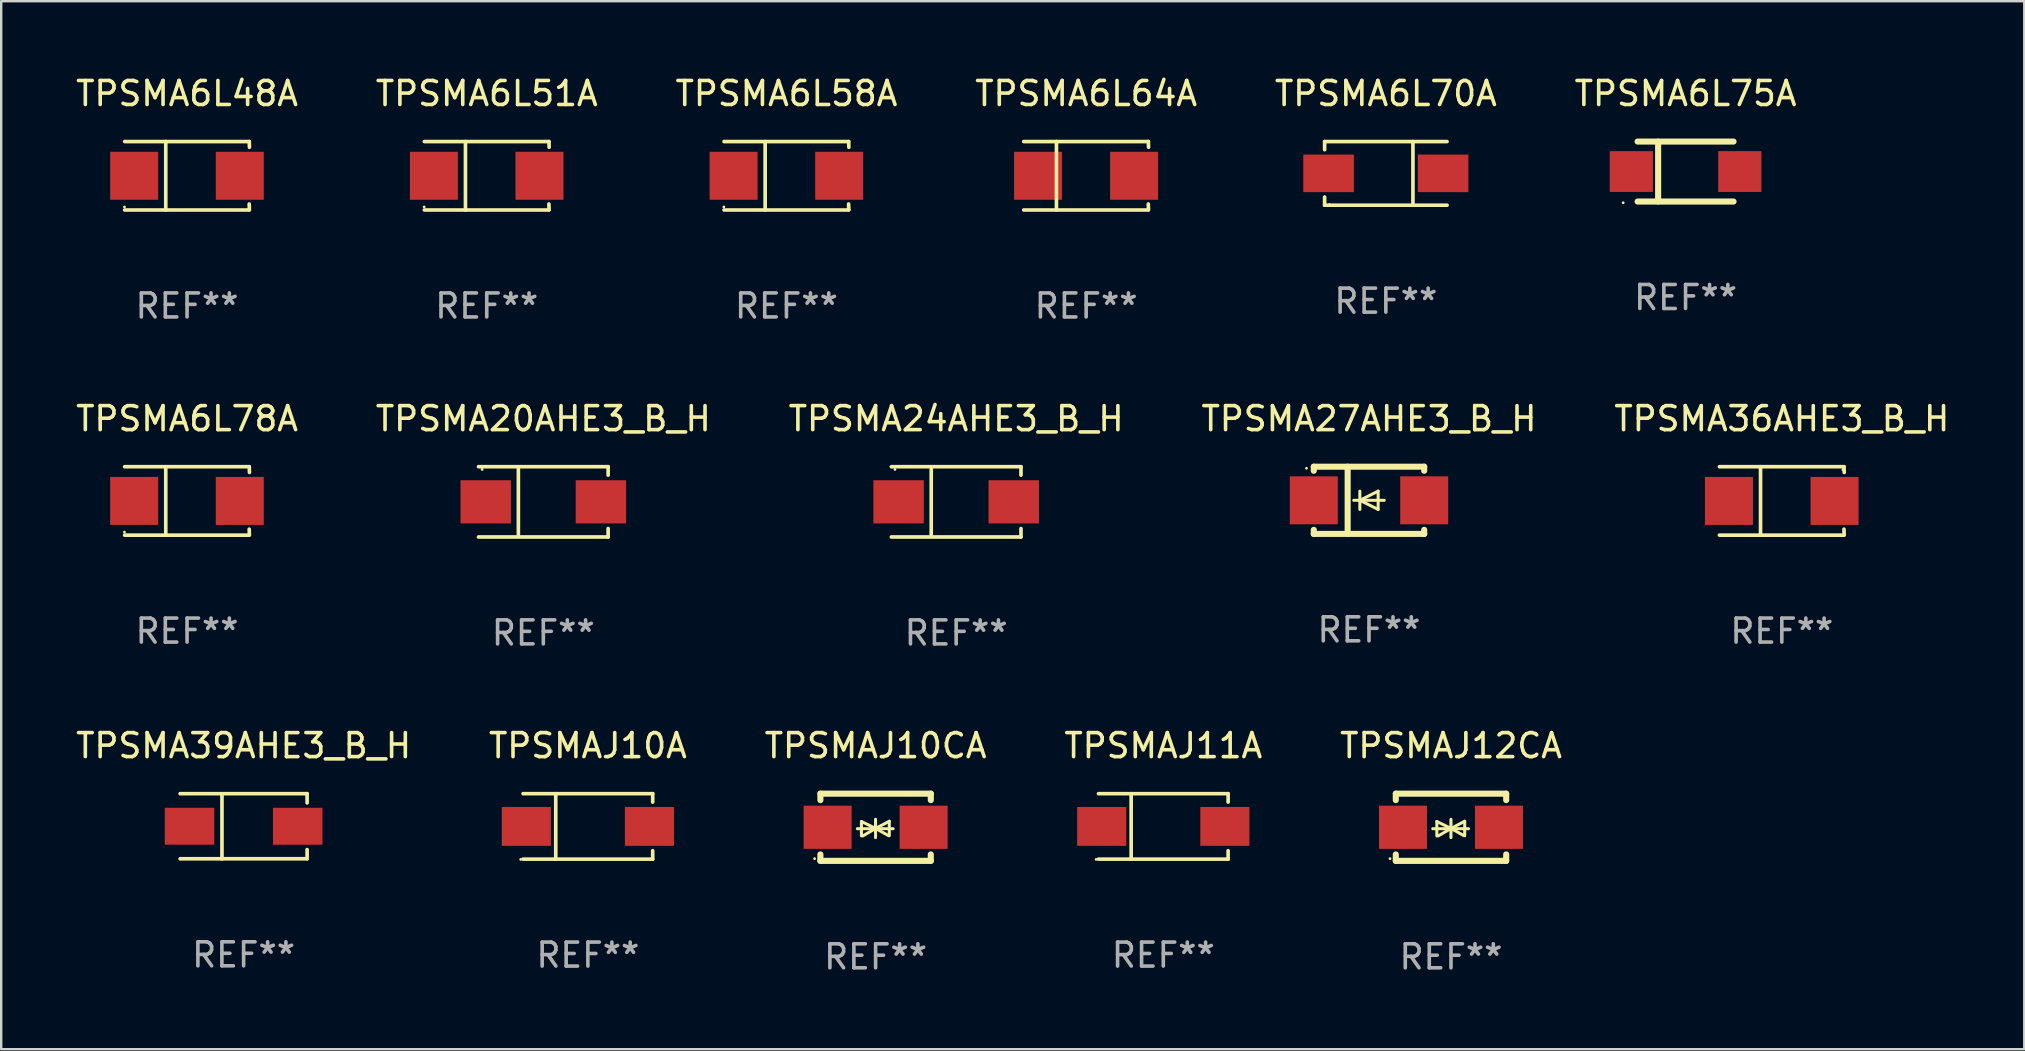
<source format=kicad_pcb>
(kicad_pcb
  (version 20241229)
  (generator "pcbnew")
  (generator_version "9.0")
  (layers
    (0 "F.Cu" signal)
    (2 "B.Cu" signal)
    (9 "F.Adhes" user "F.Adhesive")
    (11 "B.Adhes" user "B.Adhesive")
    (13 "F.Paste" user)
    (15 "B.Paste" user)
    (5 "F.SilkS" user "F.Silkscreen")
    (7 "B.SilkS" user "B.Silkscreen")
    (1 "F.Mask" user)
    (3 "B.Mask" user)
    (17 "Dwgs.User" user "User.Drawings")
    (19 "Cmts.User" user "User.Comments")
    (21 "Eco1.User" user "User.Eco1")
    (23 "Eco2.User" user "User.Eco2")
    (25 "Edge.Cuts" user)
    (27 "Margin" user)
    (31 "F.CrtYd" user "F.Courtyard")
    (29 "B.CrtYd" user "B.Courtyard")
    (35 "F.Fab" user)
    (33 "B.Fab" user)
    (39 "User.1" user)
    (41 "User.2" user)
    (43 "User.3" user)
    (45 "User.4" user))
  (footprint "TPSMA24AHE3_B_H"
    (layer "F.Cu")
    (at 36.792 17.861)
    (property "Reference" "TPSMA24AHE3_B_H" (at 0 -3.464 0) (layer "F.SilkS") (effects (font (size 1 1) (thickness 0.15))))
    (attr through_hole)
    (fp_line (start -2.701 -1.464) (end 2.701 -1.464) (stroke (width 0.152) (type solid)) (layer "F.SilkS"))
    (fp_line (start -2.701 1.464) (end 2.701 1.464) (stroke (width 0.152) (type solid)) (layer "F.SilkS"))
    (fp_line (start -1.039 -1.364) (end -1.039 1.364) (stroke (width 0.152) (type solid)) (layer "F.SilkS"))
    (fp_line (start 2.701 -1.464) (end 2.701 -1.113) (stroke (width 0.152) (type solid)) (layer "F.SilkS"))
    (fp_line (start 2.701 1.464) (end 2.701 1.113) (stroke (width 0.152) (type solid)) (layer "F.SilkS"))
    (fp_circle (center -2.55 -1.35) (end -2.52 -1.35) (stroke (width 0.06) (type solid)) (fill no) (layer "F.SilkS"))
    (fp_text user "REF**" (at 0 5.464 0) (layer "F.Fab") (effects (font (size 1 1) (thickness 0.15))))
    (pad "1" smd rect (at -2.4 0) (size 2.1 1.8) (layers "F.Cu" "F.Mask" "F.Paste"))
    (pad "2" smd rect (at 2.4 0) (size 2.1 1.8) (layers "F.Cu" "F.Mask" "F.Paste")))
  (footprint "TPSMAJ12CA"
    (layer "F.Cu")
    (at 57.411 31.421)
    (property "Reference" "TPSMAJ12CA" (at 0 -3.4 0) (layer "F.SilkS") (effects (font (size 1 1) (thickness 0.15))))
    (attr through_hole)
    (fp_line (start -2.3 -1.4) (end -2.3 -1.131) (stroke (width 0.254) (type solid)) (layer "F.SilkS"))
    (fp_line (start -2.3 -1.4) (end 2.3 -1.4) (stroke (width 0.254) (type solid)) (layer "F.SilkS"))
    (fp_line (start -2.3 1.131) (end -2.3 1.4) (stroke (width 0.254) (type solid)) (layer "F.SilkS"))
    (fp_line (start -2.3 1.4) (end 2.3 1.4) (stroke (width 0.254) (type solid)) (layer "F.SilkS"))
    (fp_line (start -0.76 0.06) (end 0.73 0.06) (stroke (width 0.127) (type solid)) (layer "F.SilkS"))
    (fp_line (start -0.59 -0.24) (end -0.59 0.36) (stroke (width 0.127) (type solid)) (layer "F.SilkS"))
    (fp_line (start -0.59 -0.24) (end -0.002 0.049) (stroke (width 0.127) (type solid)) (layer "F.SilkS"))
    (fp_line (start -0.53 0.36) (end -0.002 0.049) (stroke (width 0.127) (type solid)) (layer "F.SilkS"))
    (fp_line (start -0.002 0.049) (end -0.002 -0.332) (stroke (width 0.127) (type solid)) (layer "F.SilkS"))
    (fp_line (start -0.002 0.049) (end -0.002 0.43) (stroke (width 0.127) (type solid)) (layer "F.SilkS"))
    (fp_line (start 0.54 0.35) (end -0.002 0.049) (stroke (width 0.127) (type solid)) (layer "F.SilkS"))
    (fp_line (start 0.57 -0.25) (end -0.002 0.049) (stroke (width 0.127) (type solid)) (layer "F.SilkS"))
    (fp_line (start 0.57 -0.25) (end 0.57 0.35) (stroke (width 0.127) (type solid)) (layer "F.SilkS"))
    (fp_line (start 2.3 -1.4) (end 2.3 -1.131) (stroke (width 0.254) (type solid)) (layer "F.SilkS"))
    (fp_line (start 2.3 1.131) (end 2.3 1.4) (stroke (width 0.254) (type solid)) (layer "F.SilkS"))
    (fp_circle (center -2.542 1.308) (end -2.512 1.308) (stroke (width 0.06) (type solid)) (fill no) (layer "F.SilkS"))
    (fp_text user "REF**" (at 0 5.4 0) (layer "F.Fab") (effects (font (size 1 1) (thickness 0.15))))
    (pad "1" smd rect (at -2 0) (size 2 1.8) (layers "F.Cu" "F.Mask" "F.Paste"))
    (pad "2" smd rect (at 2 0) (size 2 1.8) (layers "F.Cu" "F.Mask" "F.Paste")))
  (footprint "TPSMA6L58A"
    (layer "F.Cu")
    (at 29.72 4.274)
    (property "Reference" "TPSMA6L58A" (at 0 -3.426 0) (layer "F.SilkS") (effects (font (size 1 1) (thickness 0.15))))
    (attr through_hole)
    (fp_line (start -2.6 -1.426) (end 2.593 -1.426) (stroke (width 0.152) (type solid)) (layer "F.SilkS"))
    (fp_line (start -2.6 1.426) (end 2.593 1.426) (stroke (width 0.152) (type solid)) (layer "F.SilkS"))
    (fp_line (start -0.887 -1.426) (end -0.887 1.426) (stroke (width 0.152) (type solid)) (layer "F.SilkS"))
    (fp_line (start 2.59 1.176) (end 2.597 1.415) (stroke (width 0.152) (type solid)) (layer "F.SilkS"))
    (fp_line (start 2.593 -1.426) (end 2.6 -1.187) (stroke (width 0.152) (type solid)) (layer "F.SilkS"))
    (fp_circle (center -2.608 1.3) (end -2.578 1.3) (stroke (width 0.06) (type solid)) (fill no) (layer "F.SilkS"))
    (fp_text user "REF**" (at 0 5.426 0) (layer "F.Fab") (effects (font (size 1 1) (thickness 0.15))))
    (pad "1" smd rect (at -2.203 0 180) (size 2 2) (layers "F.Cu" "F.Mask" "F.Paste"))
    (pad "2" smd rect (at 2.197 0 180) (size 2 2) (layers "F.Cu" "F.Mask" "F.Paste")))
  (footprint "TPSMA39AHE3_B_H"
    (layer "F.Cu")
    (at 7.101 31.38)
    (property "Reference" "TPSMA39AHE3_B_H" (at 0 -3.359 0) (layer "F.SilkS") (effects (font (size 1 1) (thickness 0.15))))
    (attr through_hole)
    (fp_line (start -2.646 -1.359) (end 2.646 -1.359) (stroke (width 0.152) (type solid)) (layer "F.SilkS"))
    (fp_line (start -2.646 1.354) (end 2.646 1.354) (stroke (width 0.152) (type solid)) (layer "F.SilkS"))
    (fp_line (start -0.902 -1.354) (end -0.902 1.359) (stroke (width 0.152) (type solid)) (layer "F.SilkS"))
    (fp_line (start 2.646 -1.359) (end 2.646 -0.975) (stroke (width 0.152) (type solid)) (layer "F.SilkS"))
    (fp_line (start 2.646 1.354) (end 2.646 0.97) (stroke (width 0.152) (type solid)) (layer "F.SilkS"))
    (fp_circle (center 2.55 -1.352) (end 2.58 -1.352) (stroke (width 0.06) (type solid)) (fill no) (layer "F.SilkS"))
    (fp_text user "REF**" (at 0 5.359 0) (layer "F.Fab") (effects (font (size 1 1) (thickness 0.15))))
    (pad "1" smd rect (at 2.254 -0.002) (size 2.063 1.539) (layers "F.Cu" "F.Mask" "F.Paste"))
    (pad "2" smd rect (at -2.254 -0.002) (size 2.063 1.539) (layers "F.Cu" "F.Mask" "F.Paste")))
  (footprint "TPSMA6L75A"
    (layer "F.Cu")
    (at 67.185 4.098)
    (property "Reference" "TPSMA6L75A" (at 0 -3.25 0) (layer "F.SilkS") (effects (font (size 1 1) (thickness 0.15))))
    (attr through_hole)
    (fp_line (start -1.999 -1.25) (end 1.999 -1.25) (stroke (width 0.254) (type solid)) (layer "F.SilkS"))
    (fp_line (start -1.143 -1.245) (end -1.143 1.245) (stroke (width 0.254) (type solid)) (layer "F.SilkS"))
    (fp_line (start 1.999 1.25) (end -1.999 1.25) (stroke (width 0.254) (type solid)) (layer "F.SilkS"))
    (fp_circle (center -2.6 1.3) (end -2.57 1.3) (stroke (width 0.06) (type solid)) (fill no) (layer "F.SilkS"))
    (fp_text user "REF**" (at 0 5.25 0) (layer "F.Fab") (effects (font (size 1 1) (thickness 0.15))))
    (pad "1" smd rect (at -2.26 0) (size 1.8 1.7) (layers "F.Cu" "F.Mask" "F.Paste"))
    (pad "2" smd rect (at 2.26 0) (size 1.8 1.7) (layers "F.Cu" "F.Mask" "F.Paste")))
  (footprint "TPSMA6L78A"
    (layer "F.Cu")
    (at 4.744 17.823)
    (property "Reference" "TPSMA6L78A" (at 0 -3.426 0) (layer "F.SilkS") (effects (font (size 1 1) (thickness 0.15))))
    (attr through_hole)
    (fp_line (start -2.6 -1.426) (end 2.593 -1.426) (stroke (width 0.152) (type solid)) (layer "F.SilkS"))
    (fp_line (start -2.6 1.426) (end 2.593 1.426) (stroke (width 0.152) (type solid)) (layer "F.SilkS"))
    (fp_line (start -0.887 -1.426) (end -0.887 1.426) (stroke (width 0.152) (type solid)) (layer "F.SilkS"))
    (fp_line (start 2.59 1.176) (end 2.597 1.415) (stroke (width 0.152) (type solid)) (layer "F.SilkS"))
    (fp_line (start 2.593 -1.426) (end 2.6 -1.187) (stroke (width 0.152) (type solid)) (layer "F.SilkS"))
    (fp_circle (center -2.608 1.3) (end -2.578 1.3) (stroke (width 0.06) (type solid)) (fill no) (layer "F.SilkS"))
    (fp_text user "REF**" (at 0 5.426 0) (layer "F.Fab") (effects (font (size 1 1) (thickness 0.15))))
    (pad "1" smd rect (at -2.203 0 180) (size 2 2) (layers "F.Cu" "F.Mask" "F.Paste"))
    (pad "2" smd rect (at 2.197 0 180) (size 2 2) (layers "F.Cu" "F.Mask" "F.Paste")))
  (footprint "TPSMA6L51A"
    (layer "F.Cu")
    (at 17.232 4.274)
    (property "Reference" "TPSMA6L51A" (at 0 -3.426 0) (layer "F.SilkS") (effects (font (size 1 1) (thickness 0.15))))
    (attr through_hole)
    (fp_line (start -2.6 -1.426) (end 2.593 -1.426) (stroke (width 0.152) (type solid)) (layer "F.SilkS"))
    (fp_line (start -2.6 1.426) (end 2.593 1.426) (stroke (width 0.152) (type solid)) (layer "F.SilkS"))
    (fp_line (start -0.887 -1.426) (end -0.887 1.426) (stroke (width 0.152) (type solid)) (layer "F.SilkS"))
    (fp_line (start 2.59 1.176) (end 2.597 1.415) (stroke (width 0.152) (type solid)) (layer "F.SilkS"))
    (fp_line (start 2.593 -1.426) (end 2.6 -1.187) (stroke (width 0.152) (type solid)) (layer "F.SilkS"))
    (fp_circle (center -2.608 1.3) (end -2.578 1.3) (stroke (width 0.06) (type solid)) (fill no) (layer "F.SilkS"))
    (fp_text user "REF**" (at 0 5.426 0) (layer "F.Fab") (effects (font (size 1 1) (thickness 0.15))))
    (pad "1" smd rect (at -2.203 0 180) (size 2 2) (layers "F.Cu" "F.Mask" "F.Paste"))
    (pad "2" smd rect (at 2.197 0 180) (size 2 2) (layers "F.Cu" "F.Mask" "F.Paste")))
  (footprint "TPSMA27AHE3_B_H"
    (layer "F.Cu")
    (at 53.994 17.797)
    (property "Reference" "TPSMA27AHE3_B_H" (at 0 -3.4 0) (layer "F.SilkS") (effects (font (size 1 1) (thickness 0.15))))
    (attr through_hole)
    (fp_line (start -2.3 -1.4) (end -2.3 -1.231) (stroke (width 0.254) (type solid)) (layer "F.SilkS"))
    (fp_line (start -2.3 -1.4) (end 2.3 -1.4) (stroke (width 0.254) (type solid)) (layer "F.SilkS"))
    (fp_line (start -2.3 1.231) (end -2.3 1.4) (stroke (width 0.254) (type solid)) (layer "F.SilkS"))
    (fp_line (start -2.3 1.4) (end 2.3 1.4) (stroke (width 0.254) (type solid)) (layer "F.SilkS"))
    (fp_line (start -0.889 1.4) (end -0.889 -1.4) (stroke (width 0.254) (type solid)) (layer "F.SilkS"))
    (fp_line (start -0.381 0) (end -0.381 -0.381) (stroke (width 0.127) (type solid)) (layer "F.SilkS"))
    (fp_line (start -0.381 0) (end -0.381 0.381) (stroke (width 0.127) (type solid)) (layer "F.SilkS"))
    (fp_line (start 0.381 -0.381) (end -0.381 0) (stroke (width 0.127) (type solid)) (layer "F.SilkS"))
    (fp_line (start 0.381 0) (end 0.381 -0.381) (stroke (width 0.127) (type solid)) (layer "F.SilkS"))
    (fp_line (start 0.381 0) (end 0.381 0.381) (stroke (width 0.127) (type solid)) (layer "F.SilkS"))
    (fp_line (start 0.381 0.381) (end -0.381 0) (stroke (width 0.127) (type solid)) (layer "F.SilkS"))
    (fp_line (start 0.635 0) (end -0.635 0) (stroke (width 0.127) (type solid)) (layer "F.SilkS"))
    (fp_line (start 2.3 -1.4) (end 2.3 -1.231) (stroke (width 0.254) (type solid)) (layer "F.SilkS"))
    (fp_line (start 2.3 1.231) (end 2.3 1.4) (stroke (width 0.254) (type solid)) (layer "F.SilkS"))
    (fp_circle (center -2.605 -1.335) (end -2.575 -1.335) (stroke (width 0.06) (type solid)) (fill no) (layer "F.SilkS"))
    (fp_text user "REF**" (at 0 5.4 0) (layer "F.Fab") (effects (font (size 1 1) (thickness 0.15))))
    (pad "1" smd rect (at -2.3 0 180) (size 2 2) (layers "F.Cu" "F.Mask" "F.Paste"))
    (pad "2" smd rect (at 2.3 0 180) (size 2 2) (layers "F.Cu" "F.Mask" "F.Paste")))
  (footprint "TPSMAJ11A"
    (layer "F.Cu")
    (at 45.423 31.385)
    (property "Reference" "TPSMAJ11A" (at 0 -3.364 0) (layer "F.SilkS") (effects (font (size 1 1) (thickness 0.15))))
    (attr through_hole)
    (fp_line (start -2.701 -1.364) (end 2.701 -1.364) (stroke (width 0.152) (type solid)) (layer "F.SilkS"))
    (fp_line (start -2.701 1.364) (end 2.701 1.364) (stroke (width 0.152) (type solid)) (layer "F.SilkS"))
    (fp_line (start -1.339 -1.364) (end -1.339 1.364) (stroke (width 0.152) (type solid)) (layer "F.SilkS"))
    (fp_line (start 2.701 -1.364) (end 2.701 -1.013) (stroke (width 0.152) (type solid)) (layer "F.SilkS"))
    (fp_line (start 2.701 1.364) (end 2.701 1.013) (stroke (width 0.152) (type solid)) (layer "F.SilkS"))
    (fp_circle (center -2.8 1.375) (end -2.77 1.375) (stroke (width 0.06) (type solid)) (fill no) (layer "F.SilkS"))
    (fp_text user "REF**" (at 0 5.364 0) (layer "F.Fab") (effects (font (size 1 1) (thickness 0.15))))
    (pad "1" smd rect (at -2.565 -0.000025) (size 2.046 1.62) (layers "F.Cu" "F.Mask" "F.Paste"))
    (pad "2" smd rect (at 2.565 -0.000025) (size 2.046 1.62) (layers "F.Cu" "F.Mask" "F.Paste")))
  (footprint "TPSMAJ10A"
    (layer "F.Cu")
    (at 21.446 31.385)
    (property "Reference" "TPSMAJ10A" (at 0 -3.364 0) (layer "F.SilkS") (effects (font (size 1 1) (thickness 0.15))))
    (attr through_hole)
    (fp_line (start -2.701 -1.364) (end 2.701 -1.364) (stroke (width 0.152) (type solid)) (layer "F.SilkS"))
    (fp_line (start -2.701 1.364) (end 2.701 1.364) (stroke (width 0.152) (type solid)) (layer "F.SilkS"))
    (fp_line (start -1.339 -1.364) (end -1.339 1.364) (stroke (width 0.152) (type solid)) (layer "F.SilkS"))
    (fp_line (start 2.701 -1.364) (end 2.701 -1.013) (stroke (width 0.152) (type solid)) (layer "F.SilkS"))
    (fp_line (start 2.701 1.364) (end 2.701 1.013) (stroke (width 0.152) (type solid)) (layer "F.SilkS"))
    (fp_circle (center -2.8 1.375) (end -2.77 1.375) (stroke (width 0.06) (type solid)) (fill no) (layer "F.SilkS"))
    (fp_text user "REF**" (at 0 5.364 0) (layer "F.Fab") (effects (font (size 1 1) (thickness 0.15))))
    (pad "1" smd rect (at -2.565 -0.000025) (size 2.046 1.62) (layers "F.Cu" "F.Mask" "F.Paste"))
    (pad "2" smd rect (at 2.565 -0.000025) (size 2.046 1.62) (layers "F.Cu" "F.Mask" "F.Paste")))
  (footprint "TPSMAJ10CA"
    (layer "F.Cu")
    (at 33.435 31.421)
    (property "Reference" "TPSMAJ10CA" (at 0 -3.4 0) (layer "F.SilkS") (effects (font (size 1 1) (thickness 0.15))))
    (attr through_hole)
    (fp_line (start -2.3 -1.4) (end -2.3 -1.131) (stroke (width 0.254) (type solid)) (layer "F.SilkS"))
    (fp_line (start -2.3 -1.4) (end 2.3 -1.4) (stroke (width 0.254) (type solid)) (layer "F.SilkS"))
    (fp_line (start -2.3 1.131) (end -2.3 1.4) (stroke (width 0.254) (type solid)) (layer "F.SilkS"))
    (fp_line (start -2.3 1.4) (end 2.3 1.4) (stroke (width 0.254) (type solid)) (layer "F.SilkS"))
    (fp_line (start -0.76 0.06) (end 0.73 0.06) (stroke (width 0.127) (type solid)) (layer "F.SilkS"))
    (fp_line (start -0.59 -0.24) (end -0.59 0.36) (stroke (width 0.127) (type solid)) (layer "F.SilkS"))
    (fp_line (start -0.59 -0.24) (end -0.002 0.049) (stroke (width 0.127) (type solid)) (layer "F.SilkS"))
    (fp_line (start -0.53 0.36) (end -0.002 0.049) (stroke (width 0.127) (type solid)) (layer "F.SilkS"))
    (fp_line (start -0.002 0.049) (end -0.002 -0.332) (stroke (width 0.127) (type solid)) (layer "F.SilkS"))
    (fp_line (start -0.002 0.049) (end -0.002 0.43) (stroke (width 0.127) (type solid)) (layer "F.SilkS"))
    (fp_line (start 0.54 0.35) (end -0.002 0.049) (stroke (width 0.127) (type solid)) (layer "F.SilkS"))
    (fp_line (start 0.57 -0.25) (end -0.002 0.049) (stroke (width 0.127) (type solid)) (layer "F.SilkS"))
    (fp_line (start 0.57 -0.25) (end 0.57 0.35) (stroke (width 0.127) (type solid)) (layer "F.SilkS"))
    (fp_line (start 2.3 -1.4) (end 2.3 -1.131) (stroke (width 0.254) (type solid)) (layer "F.SilkS"))
    (fp_line (start 2.3 1.131) (end 2.3 1.4) (stroke (width 0.254) (type solid)) (layer "F.SilkS"))
    (fp_circle (center -2.542 1.308) (end -2.512 1.308) (stroke (width 0.06) (type solid)) (fill no) (layer "F.SilkS"))
    (fp_text user "REF**" (at 0 5.4 0) (layer "F.Fab") (effects (font (size 1 1) (thickness 0.15))))
    (pad "1" smd rect (at -2 0) (size 2 1.8) (layers "F.Cu" "F.Mask" "F.Paste"))
    (pad "2" smd rect (at 2 0) (size 2 1.8) (layers "F.Cu" "F.Mask" "F.Paste")))
  (footprint "TPSMA20AHE3_B_H"
    (layer "F.Cu")
    (at 19.589 17.861)
    (property "Reference" "TPSMA20AHE3_B_H" (at 0 -3.464 0) (layer "F.SilkS") (effects (font (size 1 1) (thickness 0.15))))
    (attr through_hole)
    (fp_line (start -2.701 -1.464) (end 2.701 -1.464) (stroke (width 0.152) (type solid)) (layer "F.SilkS"))
    (fp_line (start -2.701 1.464) (end 2.701 1.464) (stroke (width 0.152) (type solid)) (layer "F.SilkS"))
    (fp_line (start -1.039 -1.364) (end -1.039 1.364) (stroke (width 0.152) (type solid)) (layer "F.SilkS"))
    (fp_line (start 2.701 -1.464) (end 2.701 -1.113) (stroke (width 0.152) (type solid)) (layer "F.SilkS"))
    (fp_line (start 2.701 1.464) (end 2.701 1.113) (stroke (width 0.152) (type solid)) (layer "F.SilkS"))
    (fp_circle (center -2.55 -1.35) (end -2.52 -1.35) (stroke (width 0.06) (type solid)) (fill no) (layer "F.SilkS"))
    (fp_text user "REF**" (at 0 5.464 0) (layer "F.Fab") (effects (font (size 1 1) (thickness 0.15))))
    (pad "1" smd rect (at -2.4 0) (size 2.1 1.8) (layers "F.Cu" "F.Mask" "F.Paste"))
    (pad "2" smd rect (at 2.4 0) (size 2.1 1.8) (layers "F.Cu" "F.Mask" "F.Paste")))
  (footprint "TPSMA6L48A"
    (layer "F.Cu")
    (at 4.744 4.274)
    (property "Reference" "TPSMA6L48A" (at 0 -3.426 0) (layer "F.SilkS") (effects (font (size 1 1) (thickness 0.15))))
    (attr through_hole)
    (fp_line (start -2.6 -1.426) (end 2.593 -1.426) (stroke (width 0.152) (type solid)) (layer "F.SilkS"))
    (fp_line (start -2.6 1.426) (end 2.593 1.426) (stroke (width 0.152) (type solid)) (layer "F.SilkS"))
    (fp_line (start -0.887 -1.426) (end -0.887 1.426) (stroke (width 0.152) (type solid)) (layer "F.SilkS"))
    (fp_line (start 2.59 1.176) (end 2.597 1.415) (stroke (width 0.152) (type solid)) (layer "F.SilkS"))
    (fp_line (start 2.593 -1.426) (end 2.6 -1.187) (stroke (width 0.152) (type solid)) (layer "F.SilkS"))
    (fp_circle (center -2.608 1.3) (end -2.578 1.3) (stroke (width 0.06) (type solid)) (fill no) (layer "F.SilkS"))
    (fp_text user "REF**" (at 0 5.426 0) (layer "F.Fab") (effects (font (size 1 1) (thickness 0.15))))
    (pad "1" smd rect (at -2.203 0 180) (size 2 2) (layers "F.Cu" "F.Mask" "F.Paste"))
    (pad "2" smd rect (at 2.197 0 180) (size 2 2) (layers "F.Cu" "F.Mask" "F.Paste")))
  (footprint "TPSMA36AHE3_B_H"
    (layer "F.Cu")
    (at 71.196 17.823)
    (property "Reference" "TPSMA36AHE3_B_H" (at 0 -3.426 0) (layer "F.SilkS") (effects (font (size 1 1) (thickness 0.15))))
    (attr through_hole)
    (fp_line (start -2.6 -1.426) (end 2.593 -1.426) (stroke (width 0.152) (type solid)) (layer "F.SilkS"))
    (fp_line (start -2.6 1.426) (end 2.593 1.426) (stroke (width 0.152) (type solid)) (layer "F.SilkS"))
    (fp_line (start -0.887 -1.426) (end -0.887 1.426) (stroke (width 0.152) (type solid)) (layer "F.SilkS"))
    (fp_line (start 2.59 1.176) (end 2.597 1.415) (stroke (width 0.152) (type solid)) (layer "F.SilkS"))
    (fp_line (start 2.593 -1.426) (end 2.6 -1.187) (stroke (width 0.152) (type solid)) (layer "F.SilkS"))
    (fp_circle (center 2.547 -1.3) (end 2.577 -1.3) (stroke (width 0.06) (type solid)) (fill no) (layer "F.SilkS"))
    (fp_text user "REF**" (at 0 5.426 0) (layer "F.Fab") (effects (font (size 1 1) (thickness 0.15))))
    (pad "1" smd rect (at 2.197 -0.000025 180) (size 2 2) (layers "F.Cu" "F.Mask" "F.Paste"))
    (pad "2" smd rect (at -2.203 -0.000025 180) (size 2 2) (layers "F.Cu" "F.Mask" "F.Paste")))
  (footprint "TPSMA6L70A"
    (layer "F.Cu")
    (at 54.696 4.174)
    (property "Reference" "TPSMA6L70A" (at 0 -3.326 0) (layer "F.SilkS") (effects (font (size 1 1) (thickness 0.15))))
    (attr through_hole)
    (fp_line (start -2.551 -1.326) (end -2.551 -0.986) (stroke (width 0.152) (type solid)) (layer "F.SilkS"))
    (fp_line (start -2.551 1.326) (end -2.551 0.986) (stroke (width 0.152) (type solid)) (layer "F.SilkS"))
    (fp_line (start 1.129 1.326) (end 1.129 -1.326) (stroke (width 0.152) (type solid)) (layer "F.SilkS"))
    (fp_line (start 2.551 -1.326) (end -2.551 -1.326) (stroke (width 0.152) (type solid)) (layer "F.SilkS"))
    (fp_line (start 2.551 1.326) (end -2.551 1.326) (stroke (width 0.152) (type solid)) (layer "F.SilkS"))
    (fp_circle (center -2.35 1.3) (end -2.32 1.3) (stroke (width 0.06) (type solid)) (fill no) (layer "F.SilkS"))
    (fp_text user "REF**" (at 0 5.326 0) (layer "F.Fab") (effects (font (size 1 1) (thickness 0.15))))
    (pad "1" smd rect (at -2.386 0) (size 2.107 1.566) (layers "F.Cu" "F.Mask" "F.Paste"))
    (pad "2" smd rect (at 2.386 0) (size 2.107 1.566) (layers "F.Cu" "F.Mask" "F.Paste")))
  (footprint "TPSMA6L64A"
    (layer "F.Cu")
    (at 42.208 4.274)
    (property "Reference" "TPSMA6L64A" (at 0 -3.426 0) (layer "F.SilkS") (effects (font (size 1 1) (thickness 0.15))))
    (attr through_hole)
    (fp_line (start -2.6 -1.426) (end 2.593 -1.426) (stroke (width 0.152) (type solid)) (layer "F.SilkS"))
    (fp_line (start -2.6 1.426) (end 2.593 1.426) (stroke (width 0.152) (type solid)) (layer "F.SilkS"))
    (fp_line (start -1.237 -1.426) (end -1.237 1.426) (stroke (width 0.152) (type solid)) (layer "F.SilkS"))
    (fp_line (start 2.59 1.176) (end 2.597 1.415) (stroke (width 0.152) (type solid)) (layer "F.SilkS"))
    (fp_line (start 2.593 -1.426) (end 2.6 -1.187) (stroke (width 0.152) (type solid)) (layer "F.SilkS"))
    (fp_circle (center 2.602 -1.3) (end 2.632 -1.3) (stroke (width 0.06) (type solid)) (fill no) (layer "F.SilkS"))
    (fp_text user "REF**" (at 0 5.426 0) (layer "F.Fab") (effects (font (size 1 1) (thickness 0.15))))
    (pad "1" smd rect (at 1.997 0 180) (size 2 2) (layers "F.Cu" "F.Mask" "F.Paste"))
    (pad "2" smd rect (at -2.004 0 180) (size 2 2) (layers "F.Cu" "F.Mask" "F.Paste")))
  (gr_rect
    (start -3 -3)
    (end 81.298 40.669)
    (stroke (width 0.1) (type default))
    (fill no)
    (layer "Edge.Cuts")))
</source>
